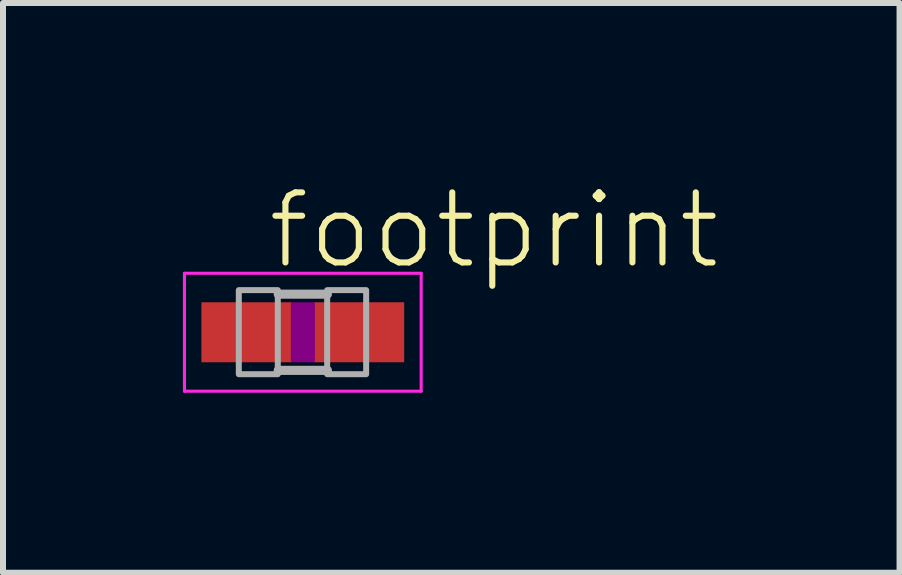
<source format=kicad_pcb>
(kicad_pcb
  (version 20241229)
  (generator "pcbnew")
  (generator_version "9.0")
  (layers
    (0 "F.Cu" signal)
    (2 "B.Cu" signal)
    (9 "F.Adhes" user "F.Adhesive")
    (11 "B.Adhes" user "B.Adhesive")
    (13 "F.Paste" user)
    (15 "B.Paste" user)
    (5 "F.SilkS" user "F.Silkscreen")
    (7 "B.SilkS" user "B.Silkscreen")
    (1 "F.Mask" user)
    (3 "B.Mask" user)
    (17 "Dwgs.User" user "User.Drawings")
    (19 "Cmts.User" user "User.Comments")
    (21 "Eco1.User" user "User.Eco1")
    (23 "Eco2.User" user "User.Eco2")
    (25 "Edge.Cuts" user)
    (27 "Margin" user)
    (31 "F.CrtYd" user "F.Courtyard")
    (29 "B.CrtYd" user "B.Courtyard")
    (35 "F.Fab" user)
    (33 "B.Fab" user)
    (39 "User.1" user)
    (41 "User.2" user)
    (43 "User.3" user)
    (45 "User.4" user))
  (footprint "footprint"
    (layer "F.Cu")
    (at 1.998 2.489)
    (property "Reference" "footprint" (at -0.635 -1.016 0) (layer "F.SilkS") (effects (font (size 1.168 1.168) (thickness 0.102)) (justify left bottom)))
    (fp_poly (pts (xy -0.2 0.5) (xy 0.2 0.5) (xy 0.2 -0.5) (xy -0.2 -0.5)) (stroke (width 0) (type solid)) (fill yes) (layer "F.Adhes"))
    (fp_line (start -1.973 -0.983) (end 1.973 -0.983) (stroke (width 0.051) (type solid)) (layer "F.CrtYd"))
    (fp_line (start -1.973 0.983) (end -1.973 -0.983) (stroke (width 0.051) (type solid)) (layer "F.CrtYd"))
    (fp_line (start 1.973 -0.983) (end 1.973 0.983) (stroke (width 0.051) (type solid)) (layer "F.CrtYd"))
    (fp_line (start 1.973 0.983) (end -1.973 0.983) (stroke (width 0.051) (type solid)) (layer "F.CrtYd"))
    (fp_line (start -0.41 -0.635) (end 0.41 -0.635) (stroke (width 0.152) (type solid)) (layer "F.Fab"))
    (fp_line (start -0.41 0.635) (end 0.41 0.635) (stroke (width 0.152) (type solid)) (layer "F.Fab"))
    (fp_poly (pts (xy -1.067 0.699) (xy -0.417 0.699) (xy -0.417 -0.702) (xy -1.067 -0.702)) (stroke (width 0.1) (type solid)) (fill no) (layer "F.Fab"))
    (fp_poly (pts (xy 0.406 0.699) (xy 1.056 0.699) (xy 1.056 -0.702) (xy 0.406 -0.702)) (stroke (width 0.1) (type solid)) (fill no) (layer "F.Fab"))
    (pad "1" smd rect (at -0.94 0) (size 1.5 1) (layers "F.Cu" "F.Mask" "F.Paste"))
    (pad "2" smd rect (at 0.94 0) (size 1.5 1) (layers "F.Cu" "F.Mask" "F.Paste")))
  (gr_rect
    (start -3 -3)
    (end 11.946 6.498)
    (stroke (width 0.1) (type default))
    (fill no)
    (layer "Edge.Cuts")))
</source>
